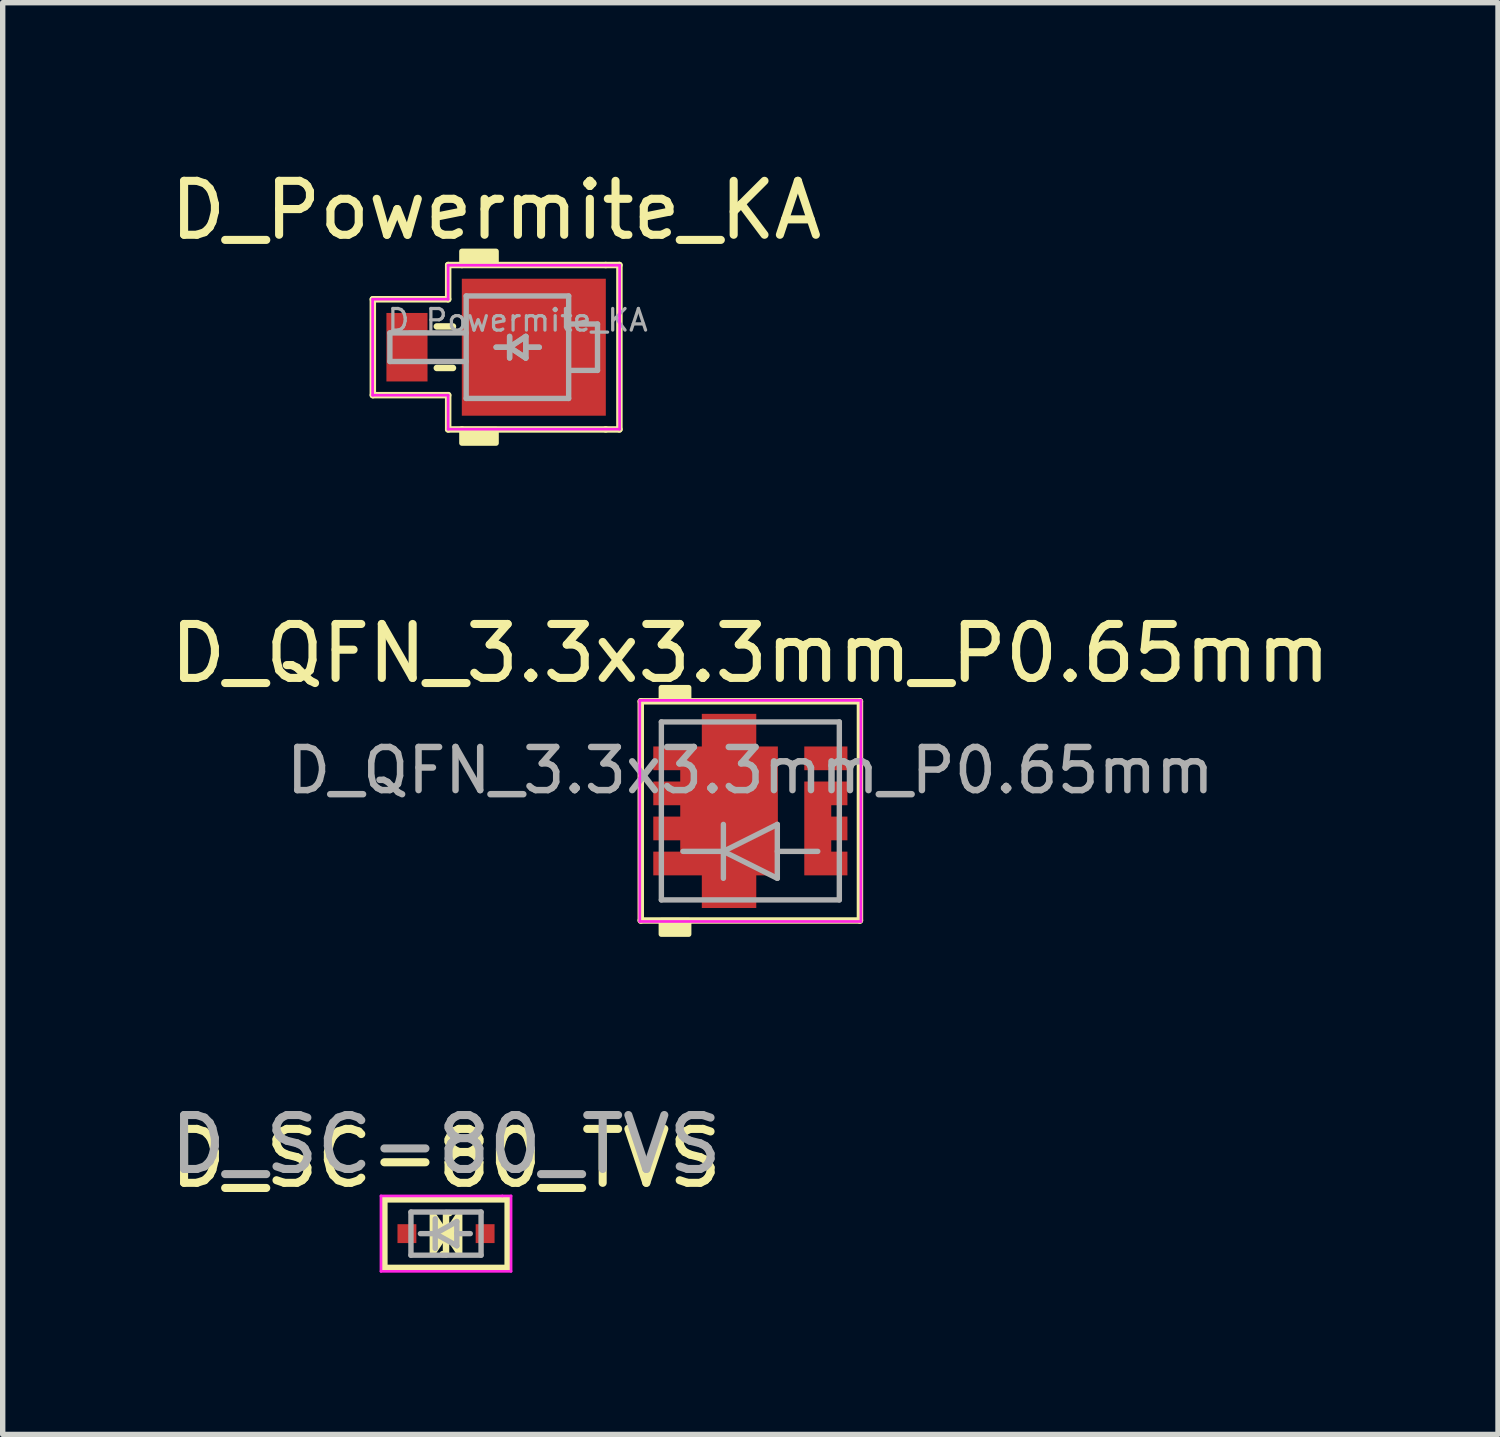
<source format=kicad_pcb>
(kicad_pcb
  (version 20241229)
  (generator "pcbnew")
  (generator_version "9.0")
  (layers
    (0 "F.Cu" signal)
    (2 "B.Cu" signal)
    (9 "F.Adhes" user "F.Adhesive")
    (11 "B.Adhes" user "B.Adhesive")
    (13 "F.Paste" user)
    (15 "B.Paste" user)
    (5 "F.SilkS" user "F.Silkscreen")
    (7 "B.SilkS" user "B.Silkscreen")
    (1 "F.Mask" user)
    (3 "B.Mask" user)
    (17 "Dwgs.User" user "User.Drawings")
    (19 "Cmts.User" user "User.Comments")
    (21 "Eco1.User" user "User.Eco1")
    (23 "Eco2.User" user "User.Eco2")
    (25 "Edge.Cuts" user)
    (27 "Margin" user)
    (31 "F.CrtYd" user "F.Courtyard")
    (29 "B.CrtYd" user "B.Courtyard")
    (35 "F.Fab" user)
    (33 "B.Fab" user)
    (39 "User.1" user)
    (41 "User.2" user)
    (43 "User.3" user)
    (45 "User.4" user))
  (footprint "D_QFN_3.3x3.3mm_P0.65mm"
    (layer "F.Cu")
    (at 10.863 11.986)
    (property "Reference" "D_QFN_3.3x3.3mm_P0.65mm" (at 0 -2.921 0) (layer "F.SilkS") (effects (font (size 1 1) (thickness 0.15))))
    (attr smd)
    (fp_line (start -2.032 -2.032) (end 2.032 -2.032) (stroke (width 0.12) (type solid)) (layer "F.SilkS"))
    (fp_line (start -2.032 2.032) (end -2.032 -2.032) (stroke (width 0.12) (type solid)) (layer "F.SilkS"))
    (fp_line (start 2.032 -2.032) (end 2.032 2.032) (stroke (width 0.12) (type solid)) (layer "F.SilkS"))
    (fp_line (start 2.032 2.032) (end -2.032 2.032) (stroke (width 0.12) (type solid)) (layer "F.SilkS"))
    (fp_poly (pts (xy -1.143 -2.032) (xy -1.651 -2.032) (xy -1.651 -2.286) (xy -1.143 -2.286)) (stroke (width 0.1) (type solid)) (fill yes) (layer "F.SilkS"))
    (fp_poly (pts (xy -1.143 2.286) (xy -1.651 2.286) (xy -1.651 2.032) (xy -1.143 2.032)) (stroke (width 0.1) (type solid)) (fill yes) (layer "F.SilkS"))
    (fp_line (start -2.05 -2.05) (end 2.05 -2.05) (stroke (width 0.05) (type solid)) (layer "F.CrtYd"))
    (fp_line (start -2.05 2.05) (end -2.05 -2.05) (stroke (width 0.05) (type solid)) (layer "F.CrtYd"))
    (fp_line (start -2.05 2.05) (end 2.05 2.05) (stroke (width 0.05) (type solid)) (layer "F.CrtYd"))
    (fp_line (start 2.05 2.05) (end 2.05 -2.05) (stroke (width 0.05) (type solid)) (layer "F.CrtYd"))
    (fp_line (start -1.65 -1.65) (end 1.65 -1.65) (stroke (width 0.1) (type solid)) (layer "F.Fab"))
    (fp_line (start -1.65 1.65) (end -1.65 -1.65) (stroke (width 0.1) (type solid)) (layer "F.Fab"))
    (fp_line (start -0.5 0.25) (end -0.5 1.25) (stroke (width 0.1) (type solid)) (layer "F.Fab"))
    (fp_line (start -0.5 0.75) (end -1.25 0.75) (stroke (width 0.1) (type solid)) (layer "F.Fab"))
    (fp_line (start -0.5 0.75) (end 0.5 0.25) (stroke (width 0.1) (type solid)) (layer "F.Fab"))
    (fp_line (start 0.5 0.25) (end 0.5 1.25) (stroke (width 0.1) (type solid)) (layer "F.Fab"))
    (fp_line (start 0.5 0.75) (end 1.25 0.75) (stroke (width 0.1) (type solid)) (layer "F.Fab"))
    (fp_line (start 0.5 1.25) (end -0.5 0.75) (stroke (width 0.1) (type solid)) (layer "F.Fab"))
    (fp_line (start 1.65 -1.65) (end 1.65 1.65) (stroke (width 0.1) (type solid)) (layer "F.Fab"))
    (fp_line (start 1.65 1.65) (end -1.65 1.65) (stroke (width 0.1) (type solid)) (layer "F.Fab"))
    (fp_text user "${REFERENCE}" (at 0 -0.75 0) (layer "F.Fab") (effects (font (size 0.8 0.8) (thickness 0.12))))
    (pad "" smd rect (at 1.4 -0.975) (size 0.8 0.44) (layers "F.Cu" "F.Mask" "F.Paste"))
    (pad "1" smd custom (at -0.645 0) (size 0.5 0.5) (layers "F.Cu" "F.Mask" "F.Paste") (options (anchor rect)) (primitives (gr_poly (pts (xy 0.755 -1.195) (xy 1.155 -1.195) (xy 1.155 1.195) (xy 0.755 1.195) (xy 0.755 1.8) (xy -0.255 1.8) (xy -0.255 1.195) (xy -1.155 1.195) (xy -1.155 0.755) (xy -0.655 0.755) (xy -0.655 0.545) (xy -1.155 0.545) (xy -1.155 0.105) (xy -0.655 0.105) (xy -0.655 -0.105) (xy -1.155 -0.105) (xy -1.155 -0.545) (xy -0.655 -0.545) (xy -0.655 -0.755) (xy -1.155 -0.755) (xy -1.155 -1.195) (xy -0.255 -1.195) (xy -0.255 -1.8) (xy 0.755 -1.8)) (width 0) (fill yes))))
    (pad "2" smd custom (at 1.4 0.325) (size 0.4 0.4) (layers "F.Cu" "F.Mask" "F.Paste") (options (anchor rect)) (primitives (gr_poly (pts (xy 0.4 -0.43) (xy 0.1 -0.43) (xy 0.1 -0.22) (xy 0.4 -0.22) (xy 0.4 0.22) (xy 0.1 0.22) (xy 0.1 0.43) (xy 0.4 0.43) (xy 0.4 0.87) (xy -0.4 0.87) (xy -0.4 -0.87) (xy 0.4 -0.87)) (width 0) (fill yes)))))
  (footprint "D_Powermite_KA"
    (layer "F.Cu")
    (at 6.149 3.388)
    (property "Reference" "D_Powermite_KA" (at 0 -2.54 0) (layer "F.SilkS") (effects (font (size 1 1) (thickness 0.15))))
    (attr smd)
    (fp_line (start -2.286 -0.889) (end -0.889 -0.889) (stroke (width 0.12) (type solid)) (layer "F.SilkS"))
    (fp_line (start -2.286 0.889) (end -2.286 -0.889) (stroke (width 0.12) (type solid)) (layer "F.SilkS"))
    (fp_line (start -1.1 -0.385) (end -0.8 -0.385) (stroke (width 0.12) (type solid)) (layer "F.SilkS"))
    (fp_line (start -1.1 0.385) (end -0.8 0.385) (stroke (width 0.12) (type solid)) (layer "F.SilkS"))
    (fp_line (start -0.889 -1.524) (end -0.635 -1.524) (stroke (width 0.12) (type solid)) (layer "F.SilkS"))
    (fp_line (start -0.889 -0.889) (end -0.889 -1.524) (stroke (width 0.12) (type solid)) (layer "F.SilkS"))
    (fp_line (start -0.889 0.889) (end -2.286 0.889) (stroke (width 0.12) (type solid)) (layer "F.SilkS"))
    (fp_line (start -0.889 1.524) (end -0.889 0.889) (stroke (width 0.12) (type solid)) (layer "F.SilkS"))
    (fp_line (start -0.635 -1.524) (end 2.032 -1.524) (stroke (width 0.12) (type solid)) (layer "F.SilkS"))
    (fp_line (start -0.635 1.524) (end -0.889 1.524) (stroke (width 0.12) (type solid)) (layer "F.SilkS"))
    (fp_line (start -0.635 1.524) (end 2.032 1.524) (stroke (width 0.12) (type solid)) (layer "F.SilkS"))
    (fp_line (start 2.032 -1.524) (end 2.286 -1.524) (stroke (width 0.12) (type solid)) (layer "F.SilkS"))
    (fp_line (start 2.286 -1.524) (end 2.286 1.524) (stroke (width 0.12) (type solid)) (layer "F.SilkS"))
    (fp_line (start 2.286 1.524) (end 2.032 1.524) (stroke (width 0.12) (type solid)) (layer "F.SilkS"))
    (fp_poly (pts (xy 0 -1.524) (xy -0.635 -1.524) (xy -0.635 -1.778) (xy 0 -1.778)) (stroke (width 0.1) (type solid)) (fill yes) (layer "F.SilkS"))
    (fp_poly (pts (xy 0 1.778) (xy -0.635 1.778) (xy -0.635 1.524) (xy 0 1.524)) (stroke (width 0.1) (type solid)) (fill yes) (layer "F.SilkS"))
    (fp_line (start -2.29 -0.89) (end -2.29 0.89) (stroke (width 0.05) (type solid)) (layer "F.CrtYd"))
    (fp_line (start -2.29 0.89) (end -0.89 0.89) (stroke (width 0.05) (type solid)) (layer "F.CrtYd"))
    (fp_line (start -0.89 -1.52) (end -0.89 -0.89) (stroke (width 0.05) (type solid)) (layer "F.CrtYd"))
    (fp_line (start -0.89 -0.89) (end -2.29 -0.89) (stroke (width 0.05) (type solid)) (layer "F.CrtYd"))
    (fp_line (start -0.89 0.89) (end -0.89 1.52) (stroke (width 0.05) (type solid)) (layer "F.CrtYd"))
    (fp_line (start -0.89 1.52) (end 2.29 1.52) (stroke (width 0.05) (type solid)) (layer "F.CrtYd"))
    (fp_line (start 2.29 -1.52) (end -0.89 -1.52) (stroke (width 0.05) (type solid)) (layer "F.CrtYd"))
    (fp_line (start 2.29 1.52) (end 2.29 -1.52) (stroke (width 0.05) (type solid)) (layer "F.CrtYd"))
    (fp_line (start -1.97 -0.265) (end -1.97 0.265) (stroke (width 0.1) (type solid)) (layer "F.Fab"))
    (fp_line (start -1.97 -0.265) (end -0.555 -0.265) (stroke (width 0.1) (type solid)) (layer "F.Fab"))
    (fp_line (start -1.97 0.265) (end -0.555 0.265) (stroke (width 0.1) (type solid)) (layer "F.Fab"))
    (fp_line (start -0.555 -0.95) (end -0.555 0.95) (stroke (width 0.1) (type solid)) (layer "F.Fab"))
    (fp_line (start -0.555 0.95) (end 1.345 0.95) (stroke (width 0.1) (type solid)) (layer "F.Fab"))
    (fp_line (start 0.25 0) (end 0 0) (stroke (width 0.1) (type solid)) (layer "F.Fab"))
    (fp_line (start 0.25 0) (end 0 0) (stroke (width 0.1) (type solid)) (layer "F.Fab"))
    (fp_line (start 0.25 0) (end 0.55 0.2) (stroke (width 0.1) (type solid)) (layer "F.Fab"))
    (fp_line (start 0.25 0) (end 0.55 0.2) (stroke (width 0.1) (type solid)) (layer "F.Fab"))
    (fp_line (start 0.25 0.2) (end 0.25 -0.2) (stroke (width 0.1) (type solid)) (layer "F.Fab"))
    (fp_line (start 0.25 0.2) (end 0.25 -0.2) (stroke (width 0.1) (type solid)) (layer "F.Fab"))
    (fp_line (start 0.55 -0.2) (end 0.25 0) (stroke (width 0.1) (type solid)) (layer "F.Fab"))
    (fp_line (start 0.55 -0.2) (end 0.25 0) (stroke (width 0.1) (type solid)) (layer "F.Fab"))
    (fp_line (start 0.55 0) (end 0.8 0) (stroke (width 0.1) (type solid)) (layer "F.Fab"))
    (fp_line (start 0.55 0) (end 0.8 0) (stroke (width 0.1) (type solid)) (layer "F.Fab"))
    (fp_line (start 0.55 0.2) (end 0.55 -0.2) (stroke (width 0.1) (type solid)) (layer "F.Fab"))
    (fp_line (start 0.55 0.2) (end 0.55 -0.2) (stroke (width 0.1) (type solid)) (layer "F.Fab"))
    (fp_line (start 1.345 -0.95) (end -0.555 -0.95) (stroke (width 0.1) (type solid)) (layer "F.Fab"))
    (fp_line (start 1.345 -0.43) (end 1.88 -0.43) (stroke (width 0.1) (type solid)) (layer "F.Fab"))
    (fp_line (start 1.345 0.95) (end 1.345 -0.95) (stroke (width 0.1) (type solid)) (layer "F.Fab"))
    (fp_line (start 1.88 -0.43) (end 1.88 0.43) (stroke (width 0.1) (type solid)) (layer "F.Fab"))
    (fp_line (start 1.88 0.43) (end 1.345 0.43) (stroke (width 0.1) (type solid)) (layer "F.Fab"))
    (fp_text user "${REFERENCE}" (at 0.4 -0.5 0) (layer "F.Fab") (effects (font (size 0.4 0.4) (thickness 0.06))))
    (pad "1" smd rect (at -1.653 0) (size 0.762 1.27) (layers "F.Cu" "F.Mask" "F.Paste"))
    (pad "2" smd rect (at 0.699 0) (size 2.67 2.54) (layers "F.Cu" "F.Mask" "F.Paste")))
  (footprint "D_SC-80_TVS"
    (layer "F.Cu")
    (at 5.22 19.824)
    (property "Reference" "D_SC-80_TVS" (at 0 -1.397 0) (layer "F.SilkS") (effects (font (size 1 1) (thickness 0.15))))
    (attr smd)
    (fp_line (start -1.143 -0.635) (end 1.143 -0.635) (stroke (width 0.12) (type solid)) (layer "F.SilkS"))
    (fp_line (start -1.143 0.635) (end -1.143 -0.635) (stroke (width 0.12) (type solid)) (layer "F.SilkS"))
    (fp_line (start -0.064 0.381) (end 0 0.381) (stroke (width 0.12) (type solid)) (layer "F.SilkS"))
    (fp_line (start 0 -0.381) (end 0 0.381) (stroke (width 0.12) (type solid)) (layer "F.SilkS"))
    (fp_line (start 0 -0.381) (end 0.064 -0.381) (stroke (width 0.12) (type solid)) (layer "F.SilkS"))
    (fp_line (start 1.143 -0.635) (end 1.143 0.635) (stroke (width 0.12) (type solid)) (layer "F.SilkS"))
    (fp_line (start 1.143 0.635) (end -1.143 0.635) (stroke (width 0.12) (type solid)) (layer "F.SilkS"))
    (fp_poly (pts (xy 0 0) (xy -0.254 0.381) (xy -0.254 -0.381)) (stroke (width 0.1) (type solid)) (fill yes) (layer "F.SilkS"))
    (fp_poly (pts (xy 0 0) (xy 0.254 -0.381) (xy 0.254 0.381)) (stroke (width 0.1) (type solid)) (fill yes) (layer "F.SilkS"))
    (fp_line (start -1.206 -0.699) (end 1.044 -0.699) (stroke (width 0.05) (type solid)) (layer "F.CrtYd"))
    (fp_line (start -1.206 0.699) (end -1.206 -0.699) (stroke (width 0.05) (type solid)) (layer "F.CrtYd"))
    (fp_line (start 1.044 -0.699) (end 1.206 -0.699) (stroke (width 0.05) (type solid)) (layer "F.CrtYd"))
    (fp_line (start 1.206 -0.699) (end 1.206 0.699) (stroke (width 0.05) (type solid)) (layer "F.CrtYd"))
    (fp_line (start 1.206 0.699) (end -1.206 0.699) (stroke (width 0.05) (type solid)) (layer "F.CrtYd"))
    (fp_line (start -0.65 -0.4) (end 0.65 -0.4) (stroke (width 0.1) (type solid)) (layer "F.Fab"))
    (fp_line (start -0.65 0.4) (end -0.65 -0.4) (stroke (width 0.1) (type solid)) (layer "F.Fab"))
    (fp_line (start -0.2 -0.275) (end -0.2 0.275) (stroke (width 0.1) (type solid)) (layer "F.Fab"))
    (fp_line (start -0.2 0) (end -0.475 0) (stroke (width 0.1) (type solid)) (layer "F.Fab"))
    (fp_line (start -0.2 0) (end 0.2 -0.225) (stroke (width 0.1) (type solid)) (layer "F.Fab"))
    (fp_line (start 0.2 -0.225) (end 0.2 0.225) (stroke (width 0.1) (type solid)) (layer "F.Fab"))
    (fp_line (start 0.2 0) (end 0.45 0) (stroke (width 0.1) (type solid)) (layer "F.Fab"))
    (fp_line (start 0.2 0.225) (end -0.2 0) (stroke (width 0.1) (type solid)) (layer "F.Fab"))
    (fp_line (start 0.65 -0.4) (end 0.65 0.4) (stroke (width 0.1) (type solid)) (layer "F.Fab"))
    (fp_line (start 0.65 0.4) (end -0.65 0.4) (stroke (width 0.1) (type solid)) (layer "F.Fab"))
    (fp_text user "${REFERENCE}" (at 0 -1.654 0) (layer "F.Fab") (effects (font (size 1 1) (thickness 0.15))))
    (pad "1" smd rect (at -0.725 0) (size 0.35 0.35) (layers "F.Cu" "F.Mask" "F.Paste"))
    (pad "2" smd rect (at 0.725 0) (size 0.35 0.35) (layers "F.Cu" "F.Mask" "F.Paste")))
  (gr_rect
    (start -3 -3)
    (end 24.726 23.547)
    (stroke (width 0.1) (type default))
    (fill no)
    (layer "Edge.Cuts")))
</source>
